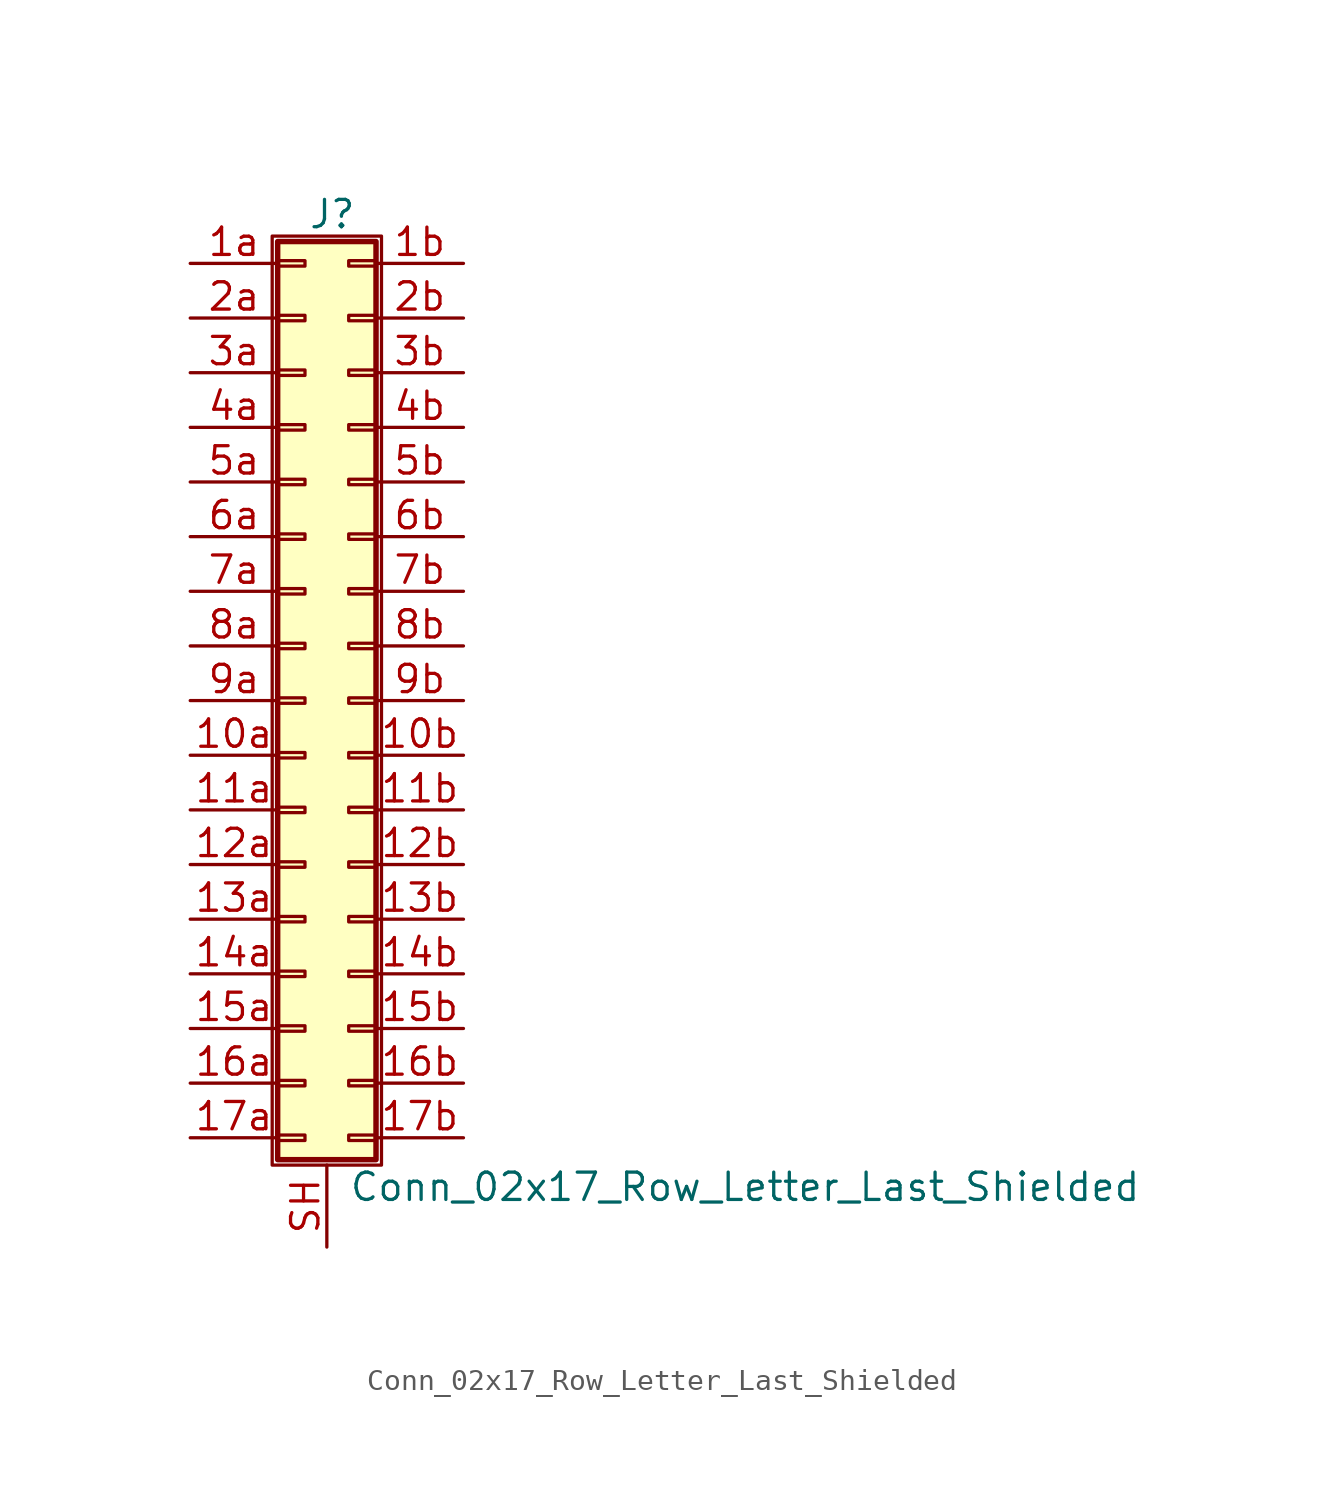
<source format=kicad_sym>
(kicad_symbol_lib
  (version 20211014)
  (generator kicad_symbol_editor)
  (symbol "Conn_02x17_Row_Letter_Last_Shielded"
    (pin_names
      (offset 1.016) hide)
    (property "Reference" "J"
      (at 1.524 22.606 0)
      (effects (font (size 1.27 1.27))))
    (property "Value" "Conn_02x17_Row_Letter_Last_Shielded"
      (at 2.286 -22.606 0)
      (effects (font (size 1.27 1.27)) (justify left)))
    (symbol "Conn_02x17_Row_Letter_Last_Shielded_1_1"
      (rectangle (start -1.27 21.59) (end 3.81 -21.59) (stroke (width 0.152) (type default) (color 0 0 0 0)) (fill (type none)))
      (rectangle (start -1.016 -20.193) (end 0.254 -20.447) (stroke (width 0.152) (type default) (color 0 0 0 0)) (fill (type none)))
      (rectangle (start -1.016 -17.653) (end 0.254 -17.907) (stroke (width 0.152) (type default) (color 0 0 0 0)) (fill (type none)))
      (rectangle (start -1.016 -15.113) (end 0.254 -15.367) (stroke (width 0.152) (type default) (color 0 0 0 0)) (fill (type none)))
      (rectangle (start -1.016 -12.573) (end 0.254 -12.827) (stroke (width 0.152) (type default) (color 0 0 0 0)) (fill (type none)))
      (rectangle (start -1.016 -10.033) (end 0.254 -10.287) (stroke (width 0.152) (type default) (color 0 0 0 0)) (fill (type none)))
      (rectangle (start -1.016 -7.493) (end 0.254 -7.747) (stroke (width 0.152) (type default) (color 0 0 0 0)) (fill (type none)))
      (rectangle (start -1.016 -4.953) (end 0.254 -5.207) (stroke (width 0.152) (type default) (color 0 0 0 0)) (fill (type none)))
      (rectangle (start -1.016 -2.413) (end 0.254 -2.667) (stroke (width 0.152) (type default) (color 0 0 0 0)) (fill (type none)))
      (rectangle (start -1.016 0.127) (end 0.254 -0.127) (stroke (width 0.152) (type default) (color 0 0 0 0)) (fill (type none)))
      (rectangle (start -1.016 2.667) (end 0.254 2.413) (stroke (width 0.152) (type default) (color 0 0 0 0)) (fill (type none)))
      (rectangle (start -1.016 5.207) (end 0.254 4.953) (stroke (width 0.152) (type default) (color 0 0 0 0)) (fill (type none)))
      (rectangle (start -1.016 7.747) (end 0.254 7.493) (stroke (width 0.152) (type default) (color 0 0 0 0)) (fill (type none)))
      (rectangle (start -1.016 10.287) (end 0.254 10.033) (stroke (width 0.152) (type default) (color 0 0 0 0)) (fill (type none)))
      (rectangle (start -1.016 12.827) (end 0.254 12.573) (stroke (width 0.152) (type default) (color 0 0 0 0)) (fill (type none)))
      (rectangle (start -1.016 15.367) (end 0.254 15.113) (stroke (width 0.152) (type default) (color 0 0 0 0)) (fill (type none)))
      (rectangle (start -1.016 17.907) (end 0.254 17.653) (stroke (width 0.152) (type default) (color 0 0 0 0)) (fill (type none)))
      (rectangle (start -1.016 20.447) (end 0.254 20.193) (stroke (width 0.152) (type default) (color 0 0 0 0)) (fill (type none)))
      (rectangle (start -1.016 21.336) (end 3.556 -21.336) (stroke (width 0.254) (type default) (color 0 0 0 0)) (fill (type background)))
      (rectangle (start 3.556 -20.193) (end 2.286 -20.447) (stroke (width 0.152) (type default) (color 0 0 0 0)) (fill (type none)))
      (rectangle (start 3.556 -17.653) (end 2.286 -17.907) (stroke (width 0.152) (type default) (color 0 0 0 0)) (fill (type none)))
      (rectangle (start 3.556 -15.113) (end 2.286 -15.367) (stroke (width 0.152) (type default) (color 0 0 0 0)) (fill (type none)))
      (rectangle (start 3.556 -12.573) (end 2.286 -12.827) (stroke (width 0.152) (type default) (color 0 0 0 0)) (fill (type none)))
      (rectangle (start 3.556 -10.033) (end 2.286 -10.287) (stroke (width 0.152) (type default) (color 0 0 0 0)) (fill (type none)))
      (rectangle (start 3.556 -7.493) (end 2.286 -7.747) (stroke (width 0.152) (type default) (color 0 0 0 0)) (fill (type none)))
      (rectangle (start 3.556 -4.953) (end 2.286 -5.207) (stroke (width 0.152) (type default) (color 0 0 0 0)) (fill (type none)))
      (rectangle (start 3.556 -2.413) (end 2.286 -2.667) (stroke (width 0.152) (type default) (color 0 0 0 0)) (fill (type none)))
      (rectangle (start 3.556 0.127) (end 2.286 -0.127) (stroke (width 0.152) (type default) (color 0 0 0 0)) (fill (type none)))
      (rectangle (start 3.556 2.667) (end 2.286 2.413) (stroke (width 0.152) (type default) (color 0 0 0 0)) (fill (type none)))
      (rectangle (start 3.556 5.207) (end 2.286 4.953) (stroke (width 0.152) (type default) (color 0 0 0 0)) (fill (type none)))
      (rectangle (start 3.556 7.747) (end 2.286 7.493) (stroke (width 0.152) (type default) (color 0 0 0 0)) (fill (type none)))
      (rectangle (start 3.556 10.287) (end 2.286 10.033) (stroke (width 0.152) (type default) (color 0 0 0 0)) (fill (type none)))
      (rectangle (start 3.556 12.827) (end 2.286 12.573) (stroke (width 0.152) (type default) (color 0 0 0 0)) (fill (type none)))
      (rectangle (start 3.556 15.367) (end 2.286 15.113) (stroke (width 0.152) (type default) (color 0 0 0 0)) (fill (type none)))
      (rectangle (start 3.556 17.907) (end 2.286 17.653) (stroke (width 0.152) (type default) (color 0 0 0 0)) (fill (type none)))
      (rectangle (start 3.556 20.447) (end 2.286 20.193) (stroke (width 0.152) (type default) (color 0 0 0 0)) (fill (type none)))
      (pin passive line (at -5.08 -2.54 0) (length 4.064) (name "Pin_10a" (effects (font (size 1.27 1.27)))) (number "10a" (effects (font (size 1.27 1.27)))))
      (pin passive line (at 7.62 -2.54 180) (length 4.064) (name "Pin_10b" (effects (font (size 1.27 1.27)))) (number "10b" (effects (font (size 1.27 1.27)))))
      (pin passive line (at -5.08 -5.08 0) (length 4.064) (name "Pin_11a" (effects (font (size 1.27 1.27)))) (number "11a" (effects (font (size 1.27 1.27)))))
      (pin passive line (at 7.62 -5.08 180) (length 4.064) (name "Pin_11b" (effects (font (size 1.27 1.27)))) (number "11b" (effects (font (size 1.27 1.27)))))
      (pin passive line (at -5.08 -7.62 0) (length 4.064) (name "Pin_12a" (effects (font (size 1.27 1.27)))) (number "12a" (effects (font (size 1.27 1.27)))))
      (pin passive line (at 7.62 -7.62 180) (length 4.064) (name "Pin_12b" (effects (font (size 1.27 1.27)))) (number "12b" (effects (font (size 1.27 1.27)))))
      (pin passive line (at -5.08 -10.16 0) (length 4.064) (name "Pin_13a" (effects (font (size 1.27 1.27)))) (number "13a" (effects (font (size 1.27 1.27)))))
      (pin passive line (at 7.62 -10.16 180) (length 4.064) (name "Pin_13b" (effects (font (size 1.27 1.27)))) (number "13b" (effects (font (size 1.27 1.27)))))
      (pin passive line (at -5.08 -12.7 0) (length 4.064) (name "Pin_14a" (effects (font (size 1.27 1.27)))) (number "14a" (effects (font (size 1.27 1.27)))))
      (pin passive line (at 7.62 -12.7 180) (length 4.064) (name "Pin_14b" (effects (font (size 1.27 1.27)))) (number "14b" (effects (font (size 1.27 1.27)))))
      (pin passive line (at -5.08 -15.24 0) (length 4.064) (name "Pin_15a" (effects (font (size 1.27 1.27)))) (number "15a" (effects (font (size 1.27 1.27)))))
      (pin passive line (at 7.62 -15.24 180) (length 4.064) (name "Pin_15b" (effects (font (size 1.27 1.27)))) (number "15b" (effects (font (size 1.27 1.27)))))
      (pin passive line (at -5.08 -17.78 0) (length 4.064) (name "Pin_16a" (effects (font (size 1.27 1.27)))) (number "16a" (effects (font (size 1.27 1.27)))))
      (pin passive line (at 7.62 -17.78 180) (length 4.064) (name "Pin_16b" (effects (font (size 1.27 1.27)))) (number "16b" (effects (font (size 1.27 1.27)))))
      (pin passive line (at -5.08 -20.32 0) (length 4.064) (name "Pin_17a" (effects (font (size 1.27 1.27)))) (number "17a" (effects (font (size 1.27 1.27)))))
      (pin passive line (at 7.62 -20.32 180) (length 4.064) (name "Pin_17b" (effects (font (size 1.27 1.27)))) (number "17b" (effects (font (size 1.27 1.27)))))
      (pin passive line (at -5.08 20.32 0) (length 4.064) (name "Pin_1a" (effects (font (size 1.27 1.27)))) (number "1a" (effects (font (size 1.27 1.27)))))
      (pin passive line (at 7.62 20.32 180) (length 4.064) (name "Pin_1b" (effects (font (size 1.27 1.27)))) (number "1b" (effects (font (size 1.27 1.27)))))
      (pin passive line (at -5.08 17.78 0) (length 4.064) (name "Pin_2a" (effects (font (size 1.27 1.27)))) (number "2a" (effects (font (size 1.27 1.27)))))
      (pin passive line (at 7.62 17.78 180) (length 4.064) (name "Pin_2b" (effects (font (size 1.27 1.27)))) (number "2b" (effects (font (size 1.27 1.27)))))
      (pin passive line (at -5.08 15.24 0) (length 4.064) (name "Pin_3a" (effects (font (size 1.27 1.27)))) (number "3a" (effects (font (size 1.27 1.27)))))
      (pin passive line (at 7.62 15.24 180) (length 4.064) (name "Pin_3b" (effects (font (size 1.27 1.27)))) (number "3b" (effects (font (size 1.27 1.27)))))
      (pin passive line (at -5.08 12.7 0) (length 4.064) (name "Pin_4a" (effects (font (size 1.27 1.27)))) (number "4a" (effects (font (size 1.27 1.27)))))
      (pin passive line (at 7.62 12.7 180) (length 4.064) (name "Pin_4b" (effects (font (size 1.27 1.27)))) (number "4b" (effects (font (size 1.27 1.27)))))
      (pin passive line (at -5.08 10.16 0) (length 4.064) (name "Pin_5a" (effects (font (size 1.27 1.27)))) (number "5a" (effects (font (size 1.27 1.27)))))
      (pin passive line (at 7.62 10.16 180) (length 4.064) (name "Pin_5b" (effects (font (size 1.27 1.27)))) (number "5b" (effects (font (size 1.27 1.27)))))
      (pin passive line (at -5.08 7.62 0) (length 4.064) (name "Pin_6a" (effects (font (size 1.27 1.27)))) (number "6a" (effects (font (size 1.27 1.27)))))
      (pin passive line (at 7.62 7.62 180) (length 4.064) (name "Pin_6b" (effects (font (size 1.27 1.27)))) (number "6b" (effects (font (size 1.27 1.27)))))
      (pin passive line (at -5.08 5.08 0) (length 4.064) (name "Pin_7a" (effects (font (size 1.27 1.27)))) (number "7a" (effects (font (size 1.27 1.27)))))
      (pin passive line (at 7.62 5.08 180) (length 4.064) (name "Pin_7b" (effects (font (size 1.27 1.27)))) (number "7b" (effects (font (size 1.27 1.27)))))
      (pin passive line (at -5.08 2.54 0) (length 4.064) (name "Pin_8a" (effects (font (size 1.27 1.27)))) (number "8a" (effects (font (size 1.27 1.27)))))
      (pin passive line (at 7.62 2.54 180) (length 4.064) (name "Pin_8b" (effects (font (size 1.27 1.27)))) (number "8b" (effects (font (size 1.27 1.27)))))
      (pin passive line (at -5.08 0 0) (length 4.064) (name "Pin_9a" (effects (font (size 1.27 1.27)))) (number "9a" (effects (font (size 1.27 1.27)))))
      (pin passive line (at 7.62 0 180) (length 4.064) (name "Pin_9b" (effects (font (size 1.27 1.27)))) (number "9b" (effects (font (size 1.27 1.27)))))
      (pin passive line (at 1.27 -25.4 90) (length 3.81) (name "Shield" (effects (font (size 1.27 1.27)))) (number "SH" (effects (font (size 1.27 1.27))))))))
</source>
